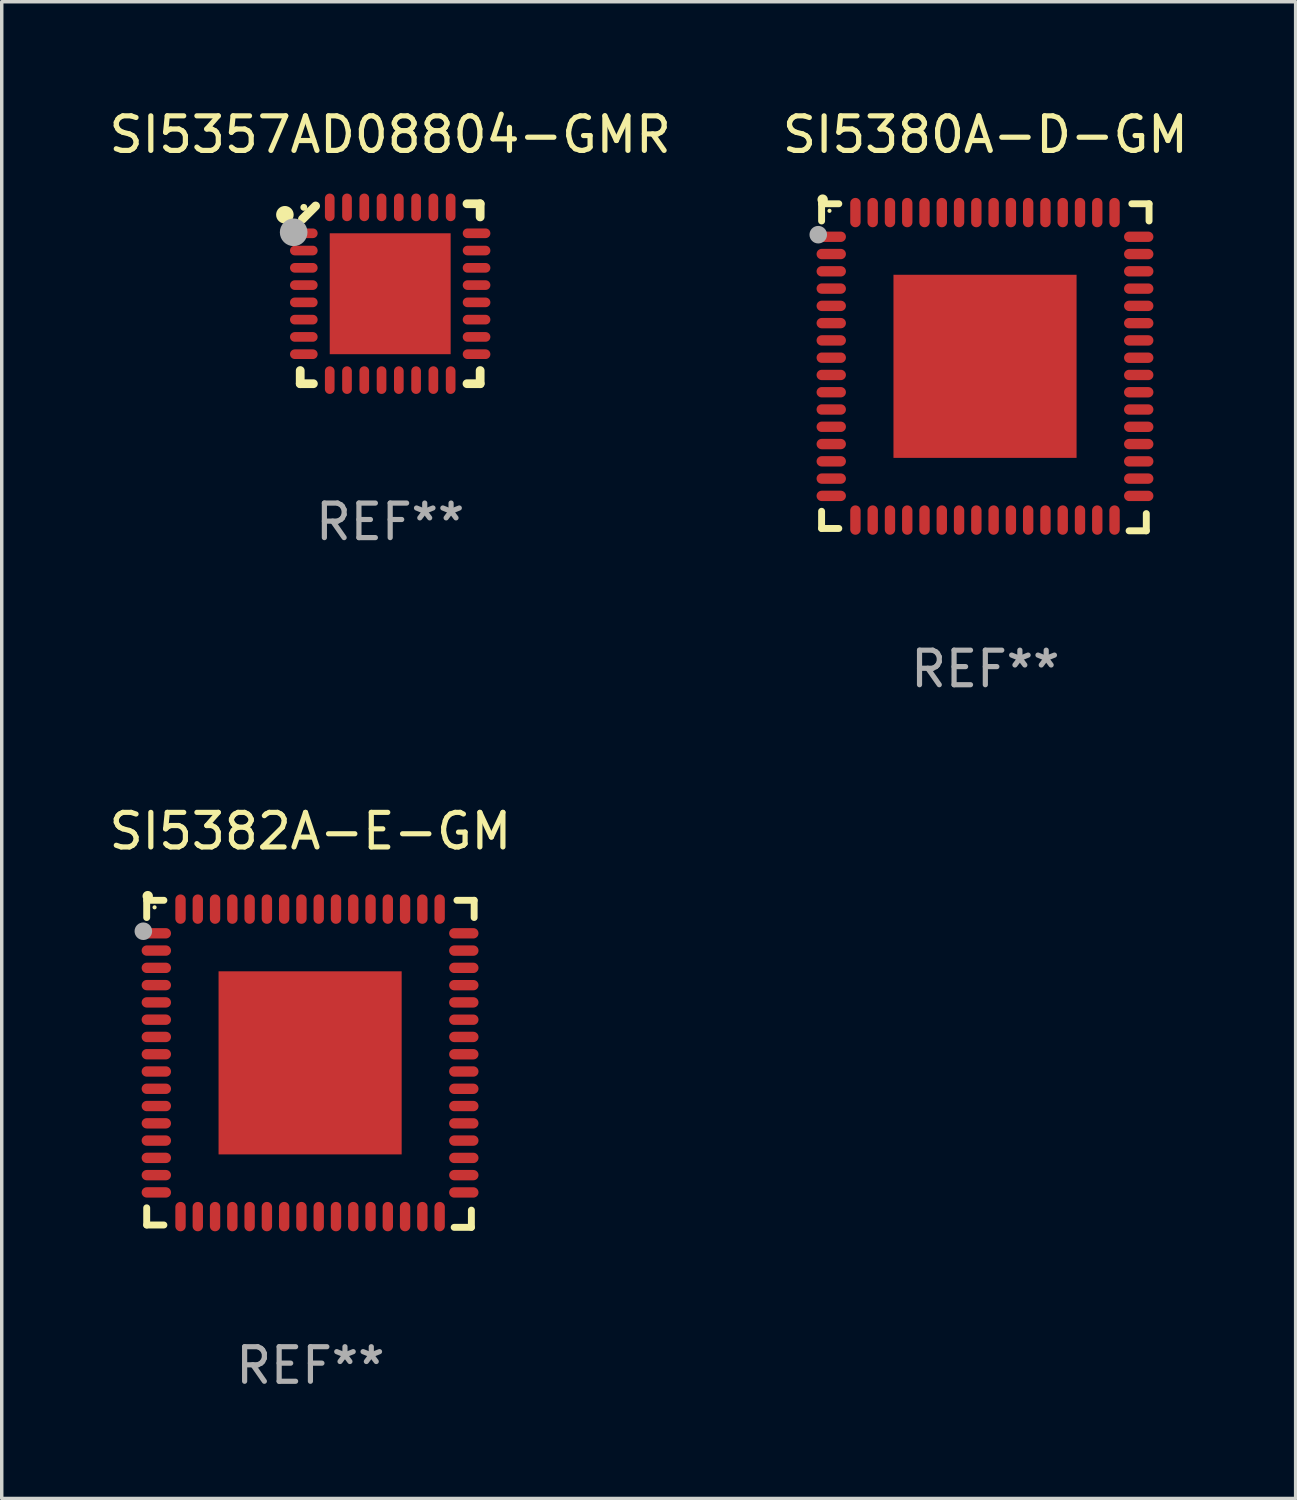
<source format=kicad_pcb>
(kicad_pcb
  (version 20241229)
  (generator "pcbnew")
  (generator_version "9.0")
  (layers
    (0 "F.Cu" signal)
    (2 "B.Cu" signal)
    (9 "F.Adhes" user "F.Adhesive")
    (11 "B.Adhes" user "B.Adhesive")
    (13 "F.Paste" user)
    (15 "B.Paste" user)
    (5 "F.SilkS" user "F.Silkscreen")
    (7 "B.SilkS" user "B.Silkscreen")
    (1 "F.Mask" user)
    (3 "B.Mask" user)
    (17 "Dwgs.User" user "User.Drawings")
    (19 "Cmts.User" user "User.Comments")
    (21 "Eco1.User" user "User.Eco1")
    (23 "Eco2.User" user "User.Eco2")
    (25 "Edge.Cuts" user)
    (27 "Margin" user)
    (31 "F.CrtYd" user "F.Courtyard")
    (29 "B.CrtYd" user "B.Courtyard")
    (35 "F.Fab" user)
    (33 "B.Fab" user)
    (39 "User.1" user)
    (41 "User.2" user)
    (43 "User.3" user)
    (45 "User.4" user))
  (footprint "SI5357AD08804-GMR"
    (layer "F.Cu")
    (at 8.244 5.452)
    (property "Reference" "SI5357AD08804-GMR" (at 0 -4.604 0) (layer "F.SilkS") (effects (font (size 1 1) (thickness 0.15))))
    (attr through_hole)
    (fp_line (start -2.604 2.223) (end -2.604 2.604) (stroke (width 0.254) (type solid)) (layer "F.SilkS"))
    (fp_line (start -2.604 2.604) (end -2.223 2.604) (stroke (width 0.254) (type solid)) (layer "F.SilkS"))
    (fp_line (start -2.159 -2.54) (end -2.54 -2.159) (stroke (width 0.254) (type solid)) (layer "F.SilkS"))
    (fp_line (start 2.223 2.604) (end 2.604 2.604) (stroke (width 0.254) (type solid)) (layer "F.SilkS"))
    (fp_line (start 2.604 -2.604) (end 2.223 -2.604) (stroke (width 0.254) (type solid)) (layer "F.SilkS"))
    (fp_line (start 2.604 -2.223) (end 2.604 -2.604) (stroke (width 0.254) (type solid)) (layer "F.SilkS"))
    (fp_line (start 2.604 2.604) (end 2.604 2.223) (stroke (width 0.254) (type solid)) (layer "F.SilkS"))
    (fp_circle (center -3.048 -2.286) (end -2.921 -2.286) (stroke (width 0.254) (type solid)) (fill no) (layer "F.SilkS"))
    (fp_circle (center -2.5 -2.5) (end -2.45 -2.5) (stroke (width 0.1) (type solid)) (fill no) (layer "F.SilkS"))
    (fp_circle (center -2.794 -1.778) (end -2.594 -1.778) (stroke (width 0.4) (type solid)) (fill no) (layer "F.Fab"))
    (fp_text user "REF**" (at 0 6.604 0) (layer "F.Fab") (effects (font (size 1 1) (thickness 0.15))))
    (pad "1" smd oval (at -2.5 -1.75) (size 0.8 0.28) (layers "F.Cu" "F.Mask" "F.Paste"))
    (pad "2" smd oval (at -2.5 -1.25) (size 0.8 0.28) (layers "F.Cu" "F.Mask" "F.Paste"))
    (pad "3" smd oval (at -2.5 -0.75) (size 0.8 0.28) (layers "F.Cu" "F.Mask" "F.Paste"))
    (pad "4" smd oval (at -2.5 -0.25) (size 0.8 0.28) (layers "F.Cu" "F.Mask" "F.Paste"))
    (pad "5" smd oval (at -2.5 0.25) (size 0.8 0.28) (layers "F.Cu" "F.Mask" "F.Paste"))
    (pad "6" smd oval (at -2.5 0.75) (size 0.8 0.28) (layers "F.Cu" "F.Mask" "F.Paste"))
    (pad "7" smd oval (at -2.5 1.25) (size 0.8 0.28) (layers "F.Cu" "F.Mask" "F.Paste"))
    (pad "8" smd oval (at -2.5 1.75) (size 0.8 0.28) (layers "F.Cu" "F.Mask" "F.Paste"))
    (pad "9" smd oval (at -1.75 2.5) (size 0.28 0.8) (layers "F.Cu" "F.Mask" "F.Paste"))
    (pad "10" smd oval (at -1.25 2.5) (size 0.28 0.8) (layers "F.Cu" "F.Mask" "F.Paste"))
    (pad "11" smd oval (at -0.75 2.5) (size 0.28 0.8) (layers "F.Cu" "F.Mask" "F.Paste"))
    (pad "12" smd oval (at -0.25 2.5) (size 0.28 0.8) (layers "F.Cu" "F.Mask" "F.Paste"))
    (pad "13" smd oval (at 0.25 2.5) (size 0.28 0.8) (layers "F.Cu" "F.Mask" "F.Paste"))
    (pad "14" smd oval (at 0.75 2.5) (size 0.28 0.8) (layers "F.Cu" "F.Mask" "F.Paste"))
    (pad "15" smd oval (at 1.25 2.5) (size 0.28 0.8) (layers "F.Cu" "F.Mask" "F.Paste"))
    (pad "16" smd oval (at 1.75 2.5) (size 0.28 0.8) (layers "F.Cu" "F.Mask" "F.Paste"))
    (pad "17" smd oval (at 2.5 1.75) (size 0.8 0.28) (layers "F.Cu" "F.Mask" "F.Paste"))
    (pad "18" smd oval (at 2.5 1.25) (size 0.8 0.28) (layers "F.Cu" "F.Mask" "F.Paste"))
    (pad "19" smd oval (at 2.5 0.75) (size 0.8 0.28) (layers "F.Cu" "F.Mask" "F.Paste"))
    (pad "20" smd oval (at 2.5 0.25) (size 0.8 0.28) (layers "F.Cu" "F.Mask" "F.Paste"))
    (pad "21" smd oval (at 2.5 -0.25) (size 0.8 0.28) (layers "F.Cu" "F.Mask" "F.Paste"))
    (pad "22" smd oval (at 2.5 -0.75) (size 0.8 0.28) (layers "F.Cu" "F.Mask" "F.Paste"))
    (pad "23" smd oval (at 2.5 -1.25) (size 0.8 0.28) (layers "F.Cu" "F.Mask" "F.Paste"))
    (pad "24" smd oval (at 2.5 -1.75) (size 0.8 0.28) (layers "F.Cu" "F.Mask" "F.Paste"))
    (pad "25" smd oval (at 1.75 -2.5) (size 0.28 0.8) (layers "F.Cu" "F.Mask" "F.Paste"))
    (pad "26" smd oval (at 1.25 -2.5) (size 0.28 0.8) (layers "F.Cu" "F.Mask" "F.Paste"))
    (pad "27" smd oval (at 0.75 -2.5) (size 0.28 0.8) (layers "F.Cu" "F.Mask" "F.Paste"))
    (pad "28" smd oval (at 0.25 -2.5) (size 0.28 0.8) (layers "F.Cu" "F.Mask" "F.Paste"))
    (pad "29" smd oval (at -0.25 -2.5) (size 0.28 0.8) (layers "F.Cu" "F.Mask" "F.Paste"))
    (pad "30" smd oval (at -0.75 -2.5) (size 0.28 0.8) (layers "F.Cu" "F.Mask" "F.Paste"))
    (pad "31" smd oval (at -1.25 -2.5) (size 0.28 0.8) (layers "F.Cu" "F.Mask" "F.Paste"))
    (pad "32" smd oval (at -1.75 -2.5) (size 0.28 0.8) (layers "F.Cu" "F.Mask" "F.Paste"))
    (pad "33" smd rect (at 0.000076 0.000076) (size 3.5 3.5) (layers "F.Cu" "F.Mask" "F.Paste")))
  (footprint "SI5380A-D-GM"
    (layer "F.Cu")
    (at 25.47 7.581)
    (property "Reference" "SI5380A-D-GM" (at 0 -6.733 0) (layer "F.SilkS") (effects (font (size 1 1) (thickness 0.15))))
    (attr through_hole)
    (fp_line (start -4.739 -4.733) (end -4.241 -4.733) (stroke (width 0.2) (type solid)) (layer "F.SilkS"))
    (fp_line (start -4.739 -4.235) (end -4.739 -4.733) (stroke (width 0.2) (type solid)) (layer "F.SilkS"))
    (fp_line (start -4.739 4.168) (end -4.739 4.665) (stroke (width 0.2) (type solid)) (layer "F.SilkS"))
    (fp_line (start -4.739 4.665) (end -4.241 4.665) (stroke (width 0.2) (type solid)) (layer "F.SilkS"))
    (fp_line (start 4.161 4.733) (end 4.659 4.733) (stroke (width 0.2) (type solid)) (layer "F.SilkS"))
    (fp_line (start 4.241 -4.733) (end 4.739 -4.733) (stroke (width 0.2) (type solid)) (layer "F.SilkS"))
    (fp_line (start 4.659 4.733) (end 4.659 4.235) (stroke (width 0.2) (type solid)) (layer "F.SilkS"))
    (fp_line (start 4.739 -4.733) (end 4.739 -4.235) (stroke (width 0.2) (type solid)) (layer "F.SilkS"))
    (fp_arc (start -4.708623 -4.85108) (mid -4.708628 -4.85235) (end -4.708623 -4.85362) (stroke (width 0.3) (type solid)) (layer "F.SilkS"))
    (fp_circle (center -4.511 -4.529) (end -4.481 -4.529) (stroke (width 0.06) (type solid)) (fill no) (layer "F.SilkS"))
    (fp_circle (center -4.836 -3.838) (end -4.709 -3.838) (stroke (width 0.254) (type solid)) (fill no) (layer "F.Fab"))
    (fp_text user "REF**" (at 0 8.733 0) (layer "F.Fab") (effects (font (size 1 1) (thickness 0.15))))
    (pad "1" smd oval (at -4.46 -3.778) (size 0.85 0.3) (layers "F.Cu" "F.Mask" "F.Paste"))
    (pad "2" smd oval (at -4.46 -3.278) (size 0.85 0.3) (layers "F.Cu" "F.Mask" "F.Paste"))
    (pad "3" smd oval (at -4.46 -2.778) (size 0.85 0.3) (layers "F.Cu" "F.Mask" "F.Paste"))
    (pad "4" smd oval (at -4.46 -2.278) (size 0.85 0.3) (layers "F.Cu" "F.Mask" "F.Paste"))
    (pad "5" smd oval (at -4.46 -1.778) (size 0.85 0.3) (layers "F.Cu" "F.Mask" "F.Paste"))
    (pad "6" smd oval (at -4.46 -1.278) (size 0.85 0.3) (layers "F.Cu" "F.Mask" "F.Paste"))
    (pad "7" smd oval (at -4.46 -0.778) (size 0.85 0.3) (layers "F.Cu" "F.Mask" "F.Paste"))
    (pad "8" smd oval (at -4.46 -0.278) (size 0.85 0.3) (layers "F.Cu" "F.Mask" "F.Paste"))
    (pad "9" smd oval (at -4.46 0.222) (size 0.85 0.3) (layers "F.Cu" "F.Mask" "F.Paste"))
    (pad "10" smd oval (at -4.46 0.722) (size 0.85 0.3) (layers "F.Cu" "F.Mask" "F.Paste"))
    (pad "11" smd oval (at -4.46 1.222) (size 0.85 0.3) (layers "F.Cu" "F.Mask" "F.Paste"))
    (pad "12" smd oval (at -4.46 1.722) (size 0.85 0.3) (layers "F.Cu" "F.Mask" "F.Paste"))
    (pad "13" smd oval (at -4.46 2.222) (size 0.85 0.3) (layers "F.Cu" "F.Mask" "F.Paste"))
    (pad "14" smd oval (at -4.46 2.722) (size 0.85 0.3) (layers "F.Cu" "F.Mask" "F.Paste"))
    (pad "15" smd oval (at -4.46 3.222) (size 0.85 0.3) (layers "F.Cu" "F.Mask" "F.Paste"))
    (pad "16" smd oval (at -4.46 3.722) (size 0.85 0.3) (layers "F.Cu" "F.Mask" "F.Paste"))
    (pad "17" smd oval (at -3.76 4.422) (size 0.3 0.85) (layers "F.Cu" "F.Mask" "F.Paste"))
    (pad "18" smd oval (at -3.26 4.422) (size 0.3 0.85) (layers "F.Cu" "F.Mask" "F.Paste"))
    (pad "19" smd oval (at -2.76 4.422) (size 0.3 0.85) (layers "F.Cu" "F.Mask" "F.Paste"))
    (pad "20" smd oval (at -2.26 4.422) (size 0.3 0.85) (layers "F.Cu" "F.Mask" "F.Paste"))
    (pad "21" smd oval (at -1.76 4.422) (size 0.3 0.85) (layers "F.Cu" "F.Mask" "F.Paste"))
    (pad "22" smd oval (at -1.26 4.422) (size 0.3 0.85) (layers "F.Cu" "F.Mask" "F.Paste"))
    (pad "23" smd oval (at -0.76 4.422) (size 0.3 0.85) (layers "F.Cu" "F.Mask" "F.Paste"))
    (pad "24" smd oval (at -0.26 4.422) (size 0.3 0.85) (layers "F.Cu" "F.Mask" "F.Paste"))
    (pad "25" smd oval (at 0.24 4.422) (size 0.3 0.85) (layers "F.Cu" "F.Mask" "F.Paste"))
    (pad "26" smd oval (at 0.74 4.422) (size 0.3 0.85) (layers "F.Cu" "F.Mask" "F.Paste"))
    (pad "27" smd oval (at 1.24 4.422) (size 0.3 0.85) (layers "F.Cu" "F.Mask" "F.Paste"))
    (pad "28" smd oval (at 1.74 4.422) (size 0.3 0.85) (layers "F.Cu" "F.Mask" "F.Paste"))
    (pad "29" smd oval (at 2.24 4.422) (size 0.3 0.85) (layers "F.Cu" "F.Mask" "F.Paste"))
    (pad "30" smd oval (at 2.74 4.422) (size 0.3 0.85) (layers "F.Cu" "F.Mask" "F.Paste"))
    (pad "31" smd oval (at 3.24 4.422) (size 0.3 0.85) (layers "F.Cu" "F.Mask" "F.Paste"))
    (pad "32" smd oval (at 3.74 4.422) (size 0.3 0.85) (layers "F.Cu" "F.Mask" "F.Paste"))
    (pad "33" smd oval (at 4.44 3.723) (size 0.85 0.3) (layers "F.Cu" "F.Mask" "F.Paste"))
    (pad "34" smd oval (at 4.44 3.222) (size 0.85 0.3) (layers "F.Cu" "F.Mask" "F.Paste"))
    (pad "35" smd oval (at 4.44 2.723) (size 0.85 0.3) (layers "F.Cu" "F.Mask" "F.Paste"))
    (pad "36" smd oval (at 4.44 2.222) (size 0.85 0.3) (layers "F.Cu" "F.Mask" "F.Paste"))
    (pad "37" smd oval (at 4.44 1.723) (size 0.85 0.3) (layers "F.Cu" "F.Mask" "F.Paste"))
    (pad "38" smd oval (at 4.44 1.222) (size 0.85 0.3) (layers "F.Cu" "F.Mask" "F.Paste"))
    (pad "39" smd oval (at 4.44 0.723) (size 0.85 0.3) (layers "F.Cu" "F.Mask" "F.Paste"))
    (pad "40" smd oval (at 4.44 0.222) (size 0.85 0.3) (layers "F.Cu" "F.Mask" "F.Paste"))
    (pad "41" smd oval (at 4.44 -0.277) (size 0.85 0.3) (layers "F.Cu" "F.Mask" "F.Paste"))
    (pad "42" smd oval (at 4.44 -0.778) (size 0.85 0.3) (layers "F.Cu" "F.Mask" "F.Paste"))
    (pad "43" smd oval (at 4.44 -1.277) (size 0.85 0.3) (layers "F.Cu" "F.Mask" "F.Paste"))
    (pad "44" smd oval (at 4.44 -1.778) (size 0.85 0.3) (layers "F.Cu" "F.Mask" "F.Paste"))
    (pad "45" smd oval (at 4.44 -2.277) (size 0.85 0.3) (layers "F.Cu" "F.Mask" "F.Paste"))
    (pad "46" smd oval (at 4.44 -2.778) (size 0.85 0.3) (layers "F.Cu" "F.Mask" "F.Paste"))
    (pad "47" smd oval (at 4.44 -3.277) (size 0.85 0.3) (layers "F.Cu" "F.Mask" "F.Paste"))
    (pad "48" smd oval (at 4.44 -3.778) (size 0.85 0.3) (layers "F.Cu" "F.Mask" "F.Paste"))
    (pad "49" smd oval (at 3.74 -4.478) (size 0.3 0.85) (layers "F.Cu" "F.Mask" "F.Paste"))
    (pad "50" smd oval (at 3.24 -4.478) (size 0.3 0.85) (layers "F.Cu" "F.Mask" "F.Paste"))
    (pad "51" smd oval (at 2.74 -4.478) (size 0.3 0.85) (layers "F.Cu" "F.Mask" "F.Paste"))
    (pad "52" smd oval (at 2.24 -4.478) (size 0.3 0.85) (layers "F.Cu" "F.Mask" "F.Paste"))
    (pad "53" smd oval (at 1.74 -4.478) (size 0.3 0.85) (layers "F.Cu" "F.Mask" "F.Paste"))
    (pad "54" smd oval (at 1.24 -4.478) (size 0.3 0.85) (layers "F.Cu" "F.Mask" "F.Paste"))
    (pad "55" smd oval (at 0.74 -4.478) (size 0.3 0.85) (layers "F.Cu" "F.Mask" "F.Paste"))
    (pad "56" smd oval (at 0.24 -4.478) (size 0.3 0.85) (layers "F.Cu" "F.Mask" "F.Paste"))
    (pad "57" smd oval (at -0.26 -4.478) (size 0.3 0.85) (layers "F.Cu" "F.Mask" "F.Paste"))
    (pad "58" smd oval (at -0.76 -4.478) (size 0.3 0.85) (layers "F.Cu" "F.Mask" "F.Paste"))
    (pad "59" smd oval (at -1.26 -4.478) (size 0.3 0.85) (layers "F.Cu" "F.Mask" "F.Paste"))
    (pad "60" smd oval (at -1.76 -4.478) (size 0.3 0.85) (layers "F.Cu" "F.Mask" "F.Paste"))
    (pad "61" smd oval (at -2.26 -4.478) (size 0.3 0.85) (layers "F.Cu" "F.Mask" "F.Paste"))
    (pad "62" smd oval (at -2.76 -4.478) (size 0.3 0.85) (layers "F.Cu" "F.Mask" "F.Paste"))
    (pad "63" smd oval (at -3.26 -4.478) (size 0.3 0.85) (layers "F.Cu" "F.Mask" "F.Paste"))
    (pad "64" smd oval (at -3.76 -4.478) (size 0.3 0.85) (layers "F.Cu" "F.Mask" "F.Paste"))
    (pad "65" smd rect (at -0.009 -0.028 90) (size 5.3 5.3) (layers "F.Cu" "F.Mask" "F.Paste")))
  (footprint "SI5382A-E-GM"
    (layer "F.Cu")
    (at 5.935 27.742)
    (property "Reference" "SI5382A-E-GM" (at 0 -6.733 0) (layer "F.SilkS") (effects (font (size 1 1) (thickness 0.15))))
    (attr through_hole)
    (fp_line (start -4.739 -4.733) (end -4.241 -4.733) (stroke (width 0.2) (type solid)) (layer "F.SilkS"))
    (fp_line (start -4.739 -4.235) (end -4.739 -4.733) (stroke (width 0.2) (type solid)) (layer "F.SilkS"))
    (fp_line (start -4.739 4.168) (end -4.739 4.665) (stroke (width 0.2) (type solid)) (layer "F.SilkS"))
    (fp_line (start -4.739 4.665) (end -4.241 4.665) (stroke (width 0.2) (type solid)) (layer "F.SilkS"))
    (fp_line (start 4.161 4.733) (end 4.659 4.733) (stroke (width 0.2) (type solid)) (layer "F.SilkS"))
    (fp_line (start 4.241 -4.733) (end 4.739 -4.733) (stroke (width 0.2) (type solid)) (layer "F.SilkS"))
    (fp_line (start 4.659 4.733) (end 4.659 4.235) (stroke (width 0.2) (type solid)) (layer "F.SilkS"))
    (fp_line (start 4.739 -4.733) (end 4.739 -4.235) (stroke (width 0.2) (type solid)) (layer "F.SilkS"))
    (fp_arc (start -4.708623 -4.85108) (mid -4.708628 -4.85235) (end -4.708623 -4.85362) (stroke (width 0.3) (type solid)) (layer "F.SilkS"))
    (fp_circle (center -4.511 -4.529) (end -4.481 -4.529) (stroke (width 0.06) (type solid)) (fill no) (layer "F.SilkS"))
    (fp_circle (center -4.836 -3.838) (end -4.709 -3.838) (stroke (width 0.254) (type solid)) (fill no) (layer "F.Fab"))
    (fp_text user "REF**" (at 0 8.733 0) (layer "F.Fab") (effects (font (size 1 1) (thickness 0.15))))
    (pad "1" smd oval (at -4.46 -3.778) (size 0.85 0.3) (layers "F.Cu" "F.Mask" "F.Paste"))
    (pad "2" smd oval (at -4.46 -3.278) (size 0.85 0.3) (layers "F.Cu" "F.Mask" "F.Paste"))
    (pad "3" smd oval (at -4.46 -2.778) (size 0.85 0.3) (layers "F.Cu" "F.Mask" "F.Paste"))
    (pad "4" smd oval (at -4.46 -2.278) (size 0.85 0.3) (layers "F.Cu" "F.Mask" "F.Paste"))
    (pad "5" smd oval (at -4.46 -1.778) (size 0.85 0.3) (layers "F.Cu" "F.Mask" "F.Paste"))
    (pad "6" smd oval (at -4.46 -1.278) (size 0.85 0.3) (layers "F.Cu" "F.Mask" "F.Paste"))
    (pad "7" smd oval (at -4.46 -0.778) (size 0.85 0.3) (layers "F.Cu" "F.Mask" "F.Paste"))
    (pad "8" smd oval (at -4.46 -0.278) (size 0.85 0.3) (layers "F.Cu" "F.Mask" "F.Paste"))
    (pad "9" smd oval (at -4.46 0.222) (size 0.85 0.3) (layers "F.Cu" "F.Mask" "F.Paste"))
    (pad "10" smd oval (at -4.46 0.722) (size 0.85 0.3) (layers "F.Cu" "F.Mask" "F.Paste"))
    (pad "11" smd oval (at -4.46 1.222) (size 0.85 0.3) (layers "F.Cu" "F.Mask" "F.Paste"))
    (pad "12" smd oval (at -4.46 1.722) (size 0.85 0.3) (layers "F.Cu" "F.Mask" "F.Paste"))
    (pad "13" smd oval (at -4.46 2.222) (size 0.85 0.3) (layers "F.Cu" "F.Mask" "F.Paste"))
    (pad "14" smd oval (at -4.46 2.722) (size 0.85 0.3) (layers "F.Cu" "F.Mask" "F.Paste"))
    (pad "15" smd oval (at -4.46 3.222) (size 0.85 0.3) (layers "F.Cu" "F.Mask" "F.Paste"))
    (pad "16" smd oval (at -4.46 3.722) (size 0.85 0.3) (layers "F.Cu" "F.Mask" "F.Paste"))
    (pad "17" smd oval (at -3.76 4.422) (size 0.3 0.85) (layers "F.Cu" "F.Mask" "F.Paste"))
    (pad "18" smd oval (at -3.26 4.422) (size 0.3 0.85) (layers "F.Cu" "F.Mask" "F.Paste"))
    (pad "19" smd oval (at -2.76 4.422) (size 0.3 0.85) (layers "F.Cu" "F.Mask" "F.Paste"))
    (pad "20" smd oval (at -2.26 4.422) (size 0.3 0.85) (layers "F.Cu" "F.Mask" "F.Paste"))
    (pad "21" smd oval (at -1.76 4.422) (size 0.3 0.85) (layers "F.Cu" "F.Mask" "F.Paste"))
    (pad "22" smd oval (at -1.26 4.422) (size 0.3 0.85) (layers "F.Cu" "F.Mask" "F.Paste"))
    (pad "23" smd oval (at -0.76 4.422) (size 0.3 0.85) (layers "F.Cu" "F.Mask" "F.Paste"))
    (pad "24" smd oval (at -0.26 4.422) (size 0.3 0.85) (layers "F.Cu" "F.Mask" "F.Paste"))
    (pad "25" smd oval (at 0.24 4.422) (size 0.3 0.85) (layers "F.Cu" "F.Mask" "F.Paste"))
    (pad "26" smd oval (at 0.74 4.422) (size 0.3 0.85) (layers "F.Cu" "F.Mask" "F.Paste"))
    (pad "27" smd oval (at 1.24 4.422) (size 0.3 0.85) (layers "F.Cu" "F.Mask" "F.Paste"))
    (pad "28" smd oval (at 1.74 4.422) (size 0.3 0.85) (layers "F.Cu" "F.Mask" "F.Paste"))
    (pad "29" smd oval (at 2.24 4.422) (size 0.3 0.85) (layers "F.Cu" "F.Mask" "F.Paste"))
    (pad "30" smd oval (at 2.74 4.422) (size 0.3 0.85) (layers "F.Cu" "F.Mask" "F.Paste"))
    (pad "31" smd oval (at 3.24 4.422) (size 0.3 0.85) (layers "F.Cu" "F.Mask" "F.Paste"))
    (pad "32" smd oval (at 3.74 4.422) (size 0.3 0.85) (layers "F.Cu" "F.Mask" "F.Paste"))
    (pad "33" smd oval (at 4.44 3.723) (size 0.85 0.3) (layers "F.Cu" "F.Mask" "F.Paste"))
    (pad "34" smd oval (at 4.44 3.222) (size 0.85 0.3) (layers "F.Cu" "F.Mask" "F.Paste"))
    (pad "35" smd oval (at 4.44 2.723) (size 0.85 0.3) (layers "F.Cu" "F.Mask" "F.Paste"))
    (pad "36" smd oval (at 4.44 2.222) (size 0.85 0.3) (layers "F.Cu" "F.Mask" "F.Paste"))
    (pad "37" smd oval (at 4.44 1.723) (size 0.85 0.3) (layers "F.Cu" "F.Mask" "F.Paste"))
    (pad "38" smd oval (at 4.44 1.222) (size 0.85 0.3) (layers "F.Cu" "F.Mask" "F.Paste"))
    (pad "39" smd oval (at 4.44 0.723) (size 0.85 0.3) (layers "F.Cu" "F.Mask" "F.Paste"))
    (pad "40" smd oval (at 4.44 0.222) (size 0.85 0.3) (layers "F.Cu" "F.Mask" "F.Paste"))
    (pad "41" smd oval (at 4.44 -0.277) (size 0.85 0.3) (layers "F.Cu" "F.Mask" "F.Paste"))
    (pad "42" smd oval (at 4.44 -0.778) (size 0.85 0.3) (layers "F.Cu" "F.Mask" "F.Paste"))
    (pad "43" smd oval (at 4.44 -1.277) (size 0.85 0.3) (layers "F.Cu" "F.Mask" "F.Paste"))
    (pad "44" smd oval (at 4.44 -1.778) (size 0.85 0.3) (layers "F.Cu" "F.Mask" "F.Paste"))
    (pad "45" smd oval (at 4.44 -2.277) (size 0.85 0.3) (layers "F.Cu" "F.Mask" "F.Paste"))
    (pad "46" smd oval (at 4.44 -2.778) (size 0.85 0.3) (layers "F.Cu" "F.Mask" "F.Paste"))
    (pad "47" smd oval (at 4.44 -3.277) (size 0.85 0.3) (layers "F.Cu" "F.Mask" "F.Paste"))
    (pad "48" smd oval (at 4.44 -3.778) (size 0.85 0.3) (layers "F.Cu" "F.Mask" "F.Paste"))
    (pad "49" smd oval (at 3.74 -4.478) (size 0.3 0.85) (layers "F.Cu" "F.Mask" "F.Paste"))
    (pad "50" smd oval (at 3.24 -4.478) (size 0.3 0.85) (layers "F.Cu" "F.Mask" "F.Paste"))
    (pad "51" smd oval (at 2.74 -4.478) (size 0.3 0.85) (layers "F.Cu" "F.Mask" "F.Paste"))
    (pad "52" smd oval (at 2.24 -4.478) (size 0.3 0.85) (layers "F.Cu" "F.Mask" "F.Paste"))
    (pad "53" smd oval (at 1.74 -4.478) (size 0.3 0.85) (layers "F.Cu" "F.Mask" "F.Paste"))
    (pad "54" smd oval (at 1.24 -4.478) (size 0.3 0.85) (layers "F.Cu" "F.Mask" "F.Paste"))
    (pad "55" smd oval (at 0.74 -4.478) (size 0.3 0.85) (layers "F.Cu" "F.Mask" "F.Paste"))
    (pad "56" smd oval (at 0.24 -4.478) (size 0.3 0.85) (layers "F.Cu" "F.Mask" "F.Paste"))
    (pad "57" smd oval (at -0.26 -4.478) (size 0.3 0.85) (layers "F.Cu" "F.Mask" "F.Paste"))
    (pad "58" smd oval (at -0.76 -4.478) (size 0.3 0.85) (layers "F.Cu" "F.Mask" "F.Paste"))
    (pad "59" smd oval (at -1.26 -4.478) (size 0.3 0.85) (layers "F.Cu" "F.Mask" "F.Paste"))
    (pad "60" smd oval (at -1.76 -4.478) (size 0.3 0.85) (layers "F.Cu" "F.Mask" "F.Paste"))
    (pad "61" smd oval (at -2.26 -4.478) (size 0.3 0.85) (layers "F.Cu" "F.Mask" "F.Paste"))
    (pad "62" smd oval (at -2.76 -4.478) (size 0.3 0.85) (layers "F.Cu" "F.Mask" "F.Paste"))
    (pad "63" smd oval (at -3.26 -4.478) (size 0.3 0.85) (layers "F.Cu" "F.Mask" "F.Paste"))
    (pad "64" smd oval (at -3.76 -4.478) (size 0.3 0.85) (layers "F.Cu" "F.Mask" "F.Paste"))
    (pad "65" smd rect (at -0.009 -0.028 90) (size 5.3 5.3) (layers "F.Cu" "F.Mask" "F.Paste")))
  (gr_rect
    (start -3 -3)
    (end 34.452 40.323)
    (stroke (width 0.1) (type default))
    (fill no)
    (layer "Edge.Cuts")))
</source>
